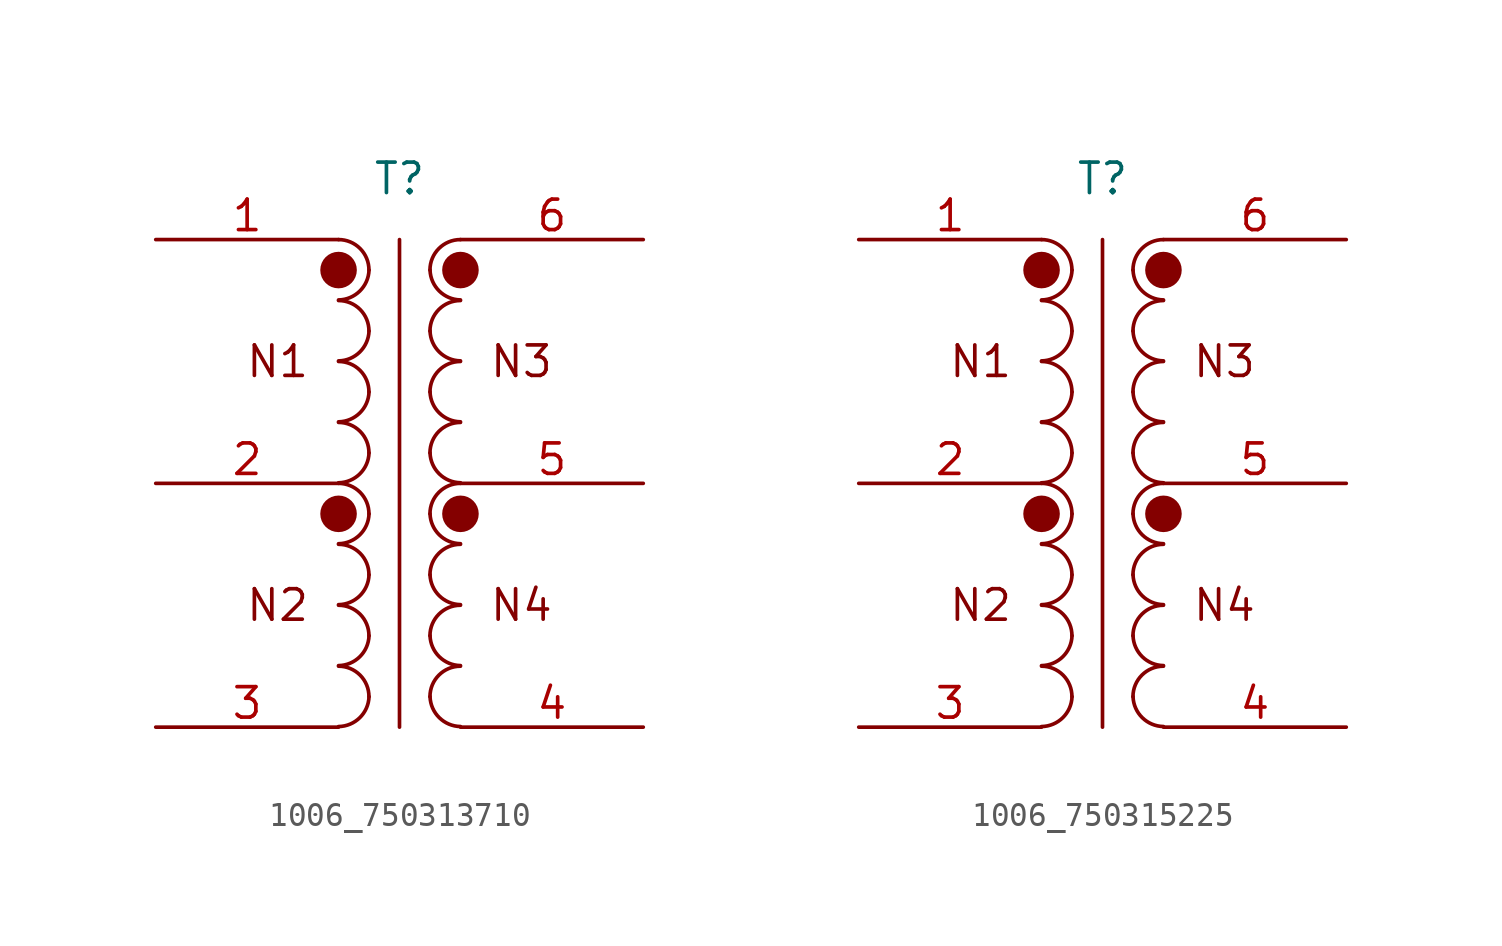
<source format=kicad_sym>
(kicad_symbol_lib
  (version 20220914)
  (generator kicad_symbol_editor)
  (symbol "1006_750313710"
    (pin_names hide)
    (property "Reference" "T"
      (at 0 12.7 0)
      (effects (font (size 1.27 1.27))))
    (property "Critical Parameter" ""
      (at 0 -5.08 0)
      (effects (font (size 1.27 1.27)) (justify left)))
    (symbol "1006_750313710_0_1"
      (arc (start -2.54 -10.1346) (mid -1.6561 -9.7663) (end -1.27 -8.89) (stroke (width 0) (type default)) (fill (type none)))
      (arc (start -2.54 -7.5946) (mid -1.6561 -7.2263) (end -1.27 -6.35) (stroke (width 0) (type default)) (fill (type none)))
      (arc (start -2.54 -5.0546) (mid -1.6561 -4.6863) (end -1.27 -3.81) (stroke (width 0) (type default)) (fill (type none)))
      (arc (start -2.54 -2.5146) (mid -1.6561 -2.1463) (end -1.27 -1.27) (stroke (width 0) (type default)) (fill (type none)))
      (arc (start -2.54 0.0254) (mid -1.6561 0.3937) (end -1.27 1.27) (stroke (width 0) (type default)) (fill (type none)))
      (arc (start -2.54 2.5654) (mid -1.6561 2.9337) (end -1.27 3.81) (stroke (width 0) (type default)) (fill (type none)))
      (arc (start -2.54 5.1054) (mid -1.6561 5.4737) (end -1.27 6.35) (stroke (width 0) (type default)) (fill (type none)))
      (arc (start -2.54 7.6454) (mid -1.6561 8.0137) (end -1.27 8.89) (stroke (width 0) (type default)) (fill (type none)))
      (arc (start -1.27 -8.89) (mid -1.642 -7.992) (end -2.54 -7.62) (stroke (width 0) (type default)) (fill (type none)))
      (arc (start -1.27 -6.35) (mid -1.642 -5.452) (end -2.54 -5.08) (stroke (width 0) (type default)) (fill (type none)))
      (arc (start -1.27 -3.81) (mid -1.642 -2.912) (end -2.54 -2.54) (stroke (width 0) (type default)) (fill (type none)))
      (arc (start -1.27 -1.27) (mid -1.642 -0.372) (end -2.54 0) (stroke (width 0) (type default)) (fill (type none)))
      (arc (start -1.27 1.27) (mid -1.642 2.168) (end -2.54 2.54) (stroke (width 0) (type default)) (fill (type none)))
      (arc (start -1.27 3.81) (mid -1.642 4.708) (end -2.54 5.08) (stroke (width 0) (type default)) (fill (type none)))
      (arc (start -1.27 6.35) (mid -1.642 7.248) (end -2.54 7.62) (stroke (width 0) (type default)) (fill (type none)))
      (arc (start -1.27 8.89) (mid -1.642 9.788) (end -2.54 10.16) (stroke (width 0) (type default)) (fill (type none)))
      (polyline (pts (xy 0 -10.16) (xy 0 10.16)) (stroke (width 0) (type default)) (fill (type none)))
      (arc (start 1.27 -8.89) (mid 1.6561 -9.7663) (end 2.54 -10.1346) (stroke (width 0) (type default)) (fill (type none)))
      (arc (start 1.27 -6.35) (mid 1.6561 -7.2263) (end 2.54 -7.5946) (stroke (width 0) (type default)) (fill (type none)))
      (arc (start 1.27 -3.81) (mid 1.6561 -4.6863) (end 2.54 -5.0546) (stroke (width 0) (type default)) (fill (type none)))
      (arc (start 1.27 -1.27) (mid 1.6561 -2.1463) (end 2.54 -2.5146) (stroke (width 0) (type default)) (fill (type none)))
      (arc (start 1.27 1.27) (mid 1.6561 0.3937) (end 2.54 0.0254) (stroke (width 0) (type default)) (fill (type none)))
      (arc (start 1.27 3.81) (mid 1.6561 2.9337) (end 2.54 2.5654) (stroke (width 0) (type default)) (fill (type none)))
      (arc (start 1.27 6.35) (mid 1.6561 5.4737) (end 2.54 5.1054) (stroke (width 0) (type default)) (fill (type none)))
      (arc (start 1.27 8.89) (mid 1.6561 8.0137) (end 2.54 7.6454) (stroke (width 0) (type default)) (fill (type none)))
      (arc (start 2.54 -7.62) (mid 1.642 -7.992) (end 1.27 -8.89) (stroke (width 0) (type default)) (fill (type none)))
      (arc (start 2.54 -5.08) (mid 1.642 -5.452) (end 1.27 -6.35) (stroke (width 0) (type default)) (fill (type none)))
      (arc (start 2.54 -2.54) (mid 1.642 -2.912) (end 1.27 -3.81) (stroke (width 0) (type default)) (fill (type none)))
      (arc (start 2.54 0) (mid 1.642 -0.372) (end 1.27 -1.27) (stroke (width 0) (type default)) (fill (type none)))
      (arc (start 2.54 2.54) (mid 1.642 2.168) (end 1.27 1.27) (stroke (width 0) (type default)) (fill (type none)))
      (arc (start 2.54 5.08) (mid 1.642 4.708) (end 1.27 3.81) (stroke (width 0) (type default)) (fill (type none)))
      (arc (start 2.54 7.62) (mid 1.642 7.248) (end 1.27 6.35) (stroke (width 0) (type default)) (fill (type none)))
      (arc (start 2.54 10.16) (mid 1.642 9.788) (end 1.27 8.89) (stroke (width 0) (type default)) (fill (type none))))
    (symbol "1006_750313710_1_1"
      (circle (center -2.54 -1.27) (radius 0.0001) (stroke (width 0.762) (type default)) (fill (type none)))
      (circle (center -2.54 8.89) (radius 0.0001) (stroke (width 0.762) (type default)) (fill (type none)))
      (circle (center 2.54 -1.27) (radius 0.0001) (stroke (width 0.762) (type default)) (fill (type none)))
      (circle (center 2.54 8.89) (radius 0.0001) (stroke (width 0.762) (type default)) (fill (type none)))
      (text "N1" (at -5.08 5.08 0) (effects (font (size 1.27 1.27))))
      (text "N2" (at -5.08 -5.08 0) (effects (font (size 1.27 1.27))))
      (text "N3" (at 5.08 5.08 0) (effects (font (size 1.27 1.27))))
      (text "N4" (at 5.08 -5.08 0) (effects (font (size 1.27 1.27))))
      (pin passive line (at -10.16 10.16 0) (length 7.62) (name "1" (effects (font (size 1.27 1.27)))) (number "1" (effects (font (size 1.27 1.27)))))
      (pin passive line (at -10.16 0 0) (length 7.62) (name "2" (effects (font (size 1.27 1.27)))) (number "2" (effects (font (size 1.27 1.27)))))
      (pin passive line (at -10.16 -10.16 0) (length 7.62) (name "3" (effects (font (size 1.27 1.27)))) (number "3" (effects (font (size 1.27 1.27)))))
      (pin passive line (at 10.16 -10.16 180) (length 7.62) (name "4" (effects (font (size 1.27 1.27)))) (number "4" (effects (font (size 1.27 1.27)))))
      (pin passive line (at 10.16 0 180) (length 7.62) (name "5" (effects (font (size 1.27 1.27)))) (number "5" (effects (font (size 1.27 1.27)))))
      (pin passive line (at 10.16 10.16 180) (length 7.62) (name "6" (effects (font (size 1.27 1.27)))) (number "6" (effects (font (size 1.27 1.27)))))))
  (symbol "1006_750315225"
    (pin_names hide)
    (property "Reference" "T"
      (at 0 12.7 0)
      (effects (font (size 1.27 1.27))))
    (property "Critical Parameter" ""
      (at 0 -5.08 0)
      (effects (font (size 1.27 1.27)) (justify left)))
    (symbol "1006_750315225_0_1"
      (arc (start -2.54 -10.1346) (mid -1.6561 -9.7663) (end -1.27 -8.89) (stroke (width 0) (type default)) (fill (type none)))
      (arc (start -2.54 -7.5946) (mid -1.6561 -7.2263) (end -1.27 -6.35) (stroke (width 0) (type default)) (fill (type none)))
      (arc (start -2.54 -5.0546) (mid -1.6561 -4.6863) (end -1.27 -3.81) (stroke (width 0) (type default)) (fill (type none)))
      (arc (start -2.54 -2.5146) (mid -1.6561 -2.1463) (end -1.27 -1.27) (stroke (width 0) (type default)) (fill (type none)))
      (arc (start -2.54 0.0254) (mid -1.6561 0.3937) (end -1.27 1.27) (stroke (width 0) (type default)) (fill (type none)))
      (arc (start -2.54 2.5654) (mid -1.6561 2.9337) (end -1.27 3.81) (stroke (width 0) (type default)) (fill (type none)))
      (arc (start -2.54 5.1054) (mid -1.6561 5.4737) (end -1.27 6.35) (stroke (width 0) (type default)) (fill (type none)))
      (arc (start -2.54 7.6454) (mid -1.6561 8.0137) (end -1.27 8.89) (stroke (width 0) (type default)) (fill (type none)))
      (arc (start -1.27 -8.89) (mid -1.642 -7.992) (end -2.54 -7.62) (stroke (width 0) (type default)) (fill (type none)))
      (arc (start -1.27 -6.35) (mid -1.642 -5.452) (end -2.54 -5.08) (stroke (width 0) (type default)) (fill (type none)))
      (arc (start -1.27 -3.81) (mid -1.642 -2.912) (end -2.54 -2.54) (stroke (width 0) (type default)) (fill (type none)))
      (arc (start -1.27 -1.27) (mid -1.642 -0.372) (end -2.54 0) (stroke (width 0) (type default)) (fill (type none)))
      (arc (start -1.27 1.27) (mid -1.642 2.168) (end -2.54 2.54) (stroke (width 0) (type default)) (fill (type none)))
      (arc (start -1.27 3.81) (mid -1.642 4.708) (end -2.54 5.08) (stroke (width 0) (type default)) (fill (type none)))
      (arc (start -1.27 6.35) (mid -1.642 7.248) (end -2.54 7.62) (stroke (width 0) (type default)) (fill (type none)))
      (arc (start -1.27 8.89) (mid -1.642 9.788) (end -2.54 10.16) (stroke (width 0) (type default)) (fill (type none)))
      (polyline (pts (xy 0 -10.16) (xy 0 10.16)) (stroke (width 0) (type default)) (fill (type none)))
      (arc (start 1.27 -8.89) (mid 1.6561 -9.7663) (end 2.54 -10.1346) (stroke (width 0) (type default)) (fill (type none)))
      (arc (start 1.27 -6.35) (mid 1.6561 -7.2263) (end 2.54 -7.5946) (stroke (width 0) (type default)) (fill (type none)))
      (arc (start 1.27 -3.81) (mid 1.6561 -4.6863) (end 2.54 -5.0546) (stroke (width 0) (type default)) (fill (type none)))
      (arc (start 1.27 -1.27) (mid 1.6561 -2.1463) (end 2.54 -2.5146) (stroke (width 0) (type default)) (fill (type none)))
      (arc (start 1.27 1.27) (mid 1.6561 0.3937) (end 2.54 0.0254) (stroke (width 0) (type default)) (fill (type none)))
      (arc (start 1.27 3.81) (mid 1.6561 2.9337) (end 2.54 2.5654) (stroke (width 0) (type default)) (fill (type none)))
      (arc (start 1.27 6.35) (mid 1.6561 5.4737) (end 2.54 5.1054) (stroke (width 0) (type default)) (fill (type none)))
      (arc (start 1.27 8.89) (mid 1.6561 8.0137) (end 2.54 7.6454) (stroke (width 0) (type default)) (fill (type none)))
      (arc (start 2.54 -7.62) (mid 1.642 -7.992) (end 1.27 -8.89) (stroke (width 0) (type default)) (fill (type none)))
      (arc (start 2.54 -5.08) (mid 1.642 -5.452) (end 1.27 -6.35) (stroke (width 0) (type default)) (fill (type none)))
      (arc (start 2.54 -2.54) (mid 1.642 -2.912) (end 1.27 -3.81) (stroke (width 0) (type default)) (fill (type none)))
      (arc (start 2.54 0) (mid 1.642 -0.372) (end 1.27 -1.27) (stroke (width 0) (type default)) (fill (type none)))
      (arc (start 2.54 2.54) (mid 1.642 2.168) (end 1.27 1.27) (stroke (width 0) (type default)) (fill (type none)))
      (arc (start 2.54 5.08) (mid 1.642 4.708) (end 1.27 3.81) (stroke (width 0) (type default)) (fill (type none)))
      (arc (start 2.54 7.62) (mid 1.642 7.248) (end 1.27 6.35) (stroke (width 0) (type default)) (fill (type none)))
      (arc (start 2.54 10.16) (mid 1.642 9.788) (end 1.27 8.89) (stroke (width 0) (type default)) (fill (type none))))
    (symbol "1006_750315225_1_1"
      (circle (center -2.54 -1.27) (radius 0.0001) (stroke (width 0.762) (type default)) (fill (type none)))
      (circle (center -2.54 8.89) (radius 0.0001) (stroke (width 0.762) (type default)) (fill (type none)))
      (circle (center 2.54 -1.27) (radius 0.0001) (stroke (width 0.762) (type default)) (fill (type none)))
      (circle (center 2.54 8.89) (radius 0.0001) (stroke (width 0.762) (type default)) (fill (type none)))
      (text "N1" (at -5.08 5.08 0) (effects (font (size 1.27 1.27))))
      (text "N2" (at -5.08 -5.08 0) (effects (font (size 1.27 1.27))))
      (text "N3" (at 5.08 5.08 0) (effects (font (size 1.27 1.27))))
      (text "N4" (at 5.08 -5.08 0) (effects (font (size 1.27 1.27))))
      (pin passive line (at -10.16 10.16 0) (length 7.62) (name "1" (effects (font (size 1.27 1.27)))) (number "1" (effects (font (size 1.27 1.27)))))
      (pin passive line (at -10.16 0 0) (length 7.62) (name "2" (effects (font (size 1.27 1.27)))) (number "2" (effects (font (size 1.27 1.27)))))
      (pin passive line (at -10.16 -10.16 0) (length 7.62) (name "3" (effects (font (size 1.27 1.27)))) (number "3" (effects (font (size 1.27 1.27)))))
      (pin passive line (at 10.16 -10.16 180) (length 7.62) (name "4" (effects (font (size 1.27 1.27)))) (number "4" (effects (font (size 1.27 1.27)))))
      (pin passive line (at 10.16 0 180) (length 7.62) (name "5" (effects (font (size 1.27 1.27)))) (number "5" (effects (font (size 1.27 1.27)))))
      (pin passive line (at 10.16 10.16 180) (length 7.62) (name "6" (effects (font (size 1.27 1.27)))) (number "6" (effects (font (size 1.27 1.27))))))))
</source>
